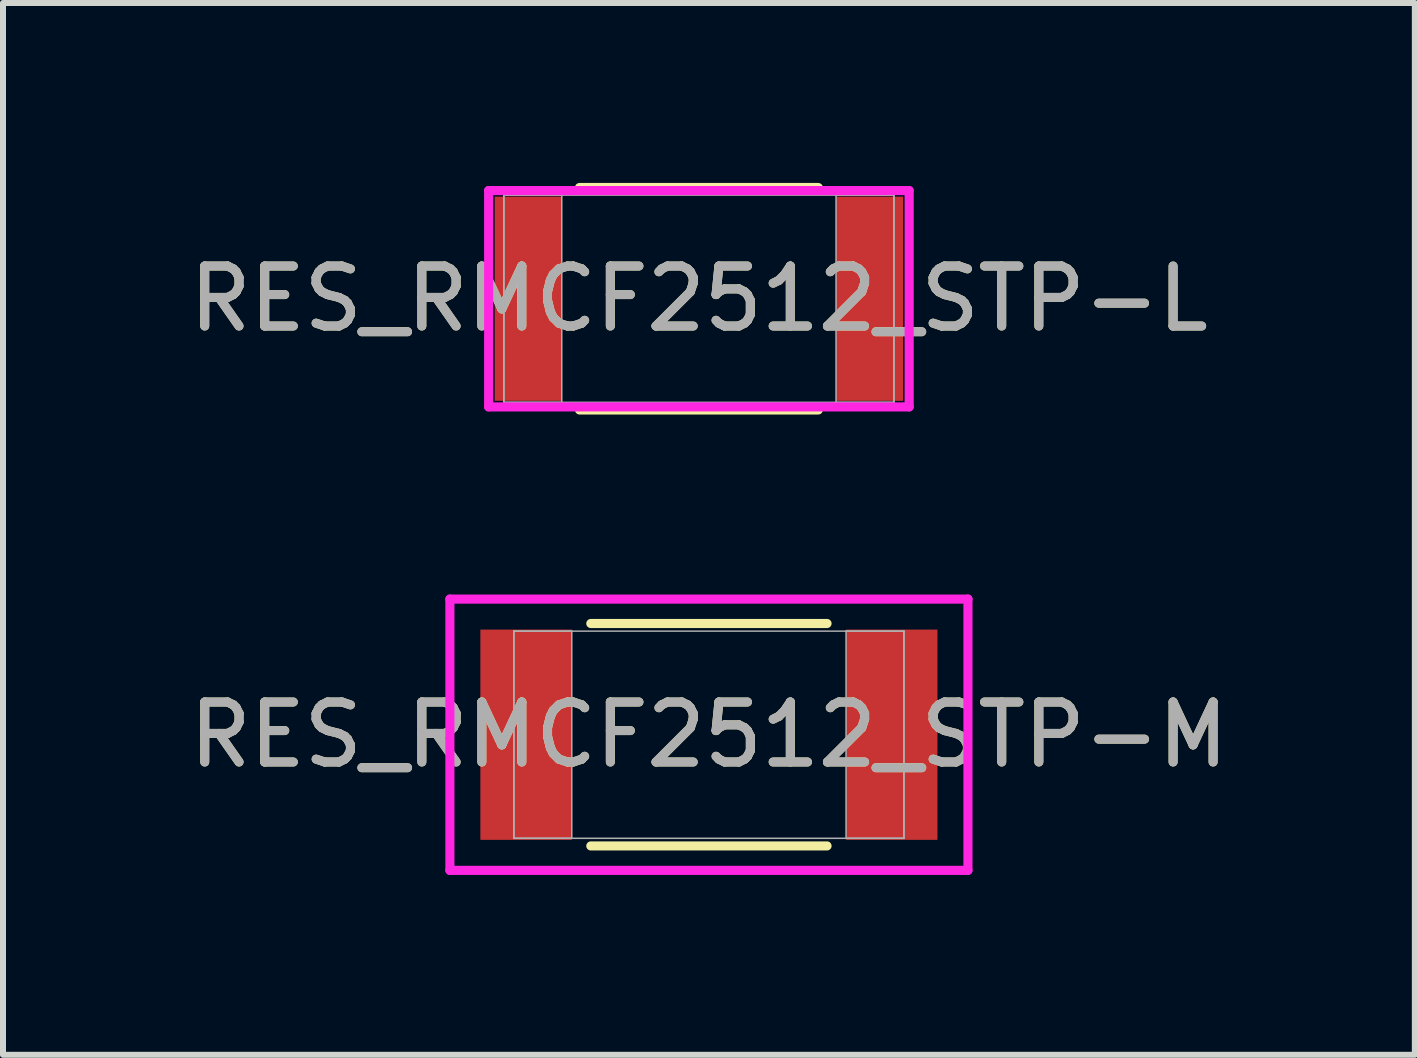
<source format=kicad_pcb>
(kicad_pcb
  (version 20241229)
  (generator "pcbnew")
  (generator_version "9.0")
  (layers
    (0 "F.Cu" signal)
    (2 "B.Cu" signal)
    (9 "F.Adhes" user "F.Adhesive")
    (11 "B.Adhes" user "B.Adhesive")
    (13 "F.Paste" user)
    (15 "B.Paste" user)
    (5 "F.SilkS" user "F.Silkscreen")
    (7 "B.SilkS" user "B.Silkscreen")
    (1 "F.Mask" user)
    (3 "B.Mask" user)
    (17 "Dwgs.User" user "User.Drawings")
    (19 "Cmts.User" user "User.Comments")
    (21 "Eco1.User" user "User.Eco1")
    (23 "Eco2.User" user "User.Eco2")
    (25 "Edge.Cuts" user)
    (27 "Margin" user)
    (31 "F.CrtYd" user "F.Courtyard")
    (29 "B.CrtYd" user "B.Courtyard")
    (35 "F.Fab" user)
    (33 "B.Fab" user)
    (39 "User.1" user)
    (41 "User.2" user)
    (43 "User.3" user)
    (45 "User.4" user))
  (footprint "RES_RMCF2512_STP-M"
    (layer "F.Cu")
    (at 8.768 9.198)
    (property "Reference" "RES_RMCF2512_STP-M" (at 0 0 0) (unlocked yes) (layer "F.SilkS") (effects (font (size 1 1) (thickness 0.15))))
    (attr smd)
    (fp_line (start -1.969 1.854) (end 1.969 1.854) (stroke (width 0.152) (type solid)) (layer "F.SilkS"))
    (fp_line (start 1.969 -1.854) (end -1.969 -1.854) (stroke (width 0.152) (type solid)) (layer "F.SilkS"))
    (fp_line (start -4.318 -2.261) (end 4.318 -2.261) (stroke (width 0.152) (type solid)) (layer "F.CrtYd"))
    (fp_line (start -4.318 2.261) (end -4.318 -2.261) (stroke (width 0.152) (type solid)) (layer "F.CrtYd"))
    (fp_line (start 4.318 -2.261) (end 4.318 2.261) (stroke (width 0.152) (type solid)) (layer "F.CrtYd"))
    (fp_line (start 4.318 2.261) (end -4.318 2.261) (stroke (width 0.152) (type solid)) (layer "F.CrtYd"))
    (fp_line (start -3.251 -1.727) (end -3.251 1.727) (stroke (width 0.025) (type solid)) (layer "F.Fab"))
    (fp_line (start -3.251 -1.727) (end -3.251 1.727) (stroke (width 0.025) (type solid)) (layer "F.Fab"))
    (fp_line (start -3.251 1.727) (end -2.286 1.727) (stroke (width 0.025) (type solid)) (layer "F.Fab"))
    (fp_line (start -3.251 1.727) (end 3.251 1.727) (stroke (width 0.025) (type solid)) (layer "F.Fab"))
    (fp_line (start -2.286 -1.727) (end -3.251 -1.727) (stroke (width 0.025) (type solid)) (layer "F.Fab"))
    (fp_line (start -2.286 1.727) (end -2.286 -1.727) (stroke (width 0.025) (type solid)) (layer "F.Fab"))
    (fp_line (start 2.286 -1.727) (end 2.286 1.727) (stroke (width 0.025) (type solid)) (layer "F.Fab"))
    (fp_line (start 2.286 1.727) (end 3.251 1.727) (stroke (width 0.025) (type solid)) (layer "F.Fab"))
    (fp_line (start 3.251 -1.727) (end -3.251 -1.727) (stroke (width 0.025) (type solid)) (layer "F.Fab"))
    (fp_line (start 3.251 -1.727) (end 2.286 -1.727) (stroke (width 0.025) (type solid)) (layer "F.Fab"))
    (fp_line (start 3.251 1.727) (end 3.251 -1.727) (stroke (width 0.025) (type solid)) (layer "F.Fab"))
    (fp_line (start 3.251 1.727) (end 3.251 -1.727) (stroke (width 0.025) (type solid)) (layer "F.Fab"))
    (fp_text user "${REFERENCE}" (at 0 0 0) (unlocked yes) (layer "F.Fab") (effects (font (size 1 1) (thickness 0.15))))
    (pad "1" smd rect (at -3.048 0) (size 1.524 3.505) (layers "F.Cu" "F.Mask" "F.Paste"))
    (pad "2" smd rect (at 3.048 0) (size 1.524 3.505) (layers "F.Cu" "F.Mask" "F.Paste"))
    (zone (net_name "") (layer "F.Cu") (hatch full 0.508) (connect_pads) (min_thickness 0.254) (filled_areas_thickness no) (keepout (tracks not_allowed) (vias not_allowed) (pads allowed) (copperpour not_allowed) (footprints allowed)) (placement (enabled no)) (fill) (polygon (pts (xy 6.533 7.521) (xy 11.003 7.521) (xy 11.003 10.874) (xy 6.533 10.874)))))
  (footprint "RES_RMCF2512_STP-L"
    (layer "F.Cu")
    (at 8.601 1.93)
    (property "Reference" "RES_RMCF2512_STP-L" (at 0 0 0) (unlocked yes) (layer "F.SilkS") (effects (font (size 1 1) (thickness 0.15))))
    (attr smd)
    (fp_line (start -1.99 1.854) (end 1.99 1.854) (stroke (width 0.152) (type solid)) (layer "F.SilkS"))
    (fp_line (start 1.99 -1.854) (end -1.99 -1.854) (stroke (width 0.152) (type solid)) (layer "F.SilkS"))
    (fp_line (start -3.505 -1.803) (end 3.505 -1.803) (stroke (width 0.152) (type solid)) (layer "F.CrtYd"))
    (fp_line (start -3.505 1.803) (end -3.505 -1.803) (stroke (width 0.152) (type solid)) (layer "F.CrtYd"))
    (fp_line (start 3.505 -1.803) (end 3.505 1.803) (stroke (width 0.152) (type solid)) (layer "F.CrtYd"))
    (fp_line (start 3.505 1.803) (end -3.505 1.803) (stroke (width 0.152) (type solid)) (layer "F.CrtYd"))
    (fp_line (start -3.251 -1.727) (end -3.251 1.727) (stroke (width 0.025) (type solid)) (layer "F.Fab"))
    (fp_line (start -3.251 -1.727) (end -3.251 1.727) (stroke (width 0.025) (type solid)) (layer "F.Fab"))
    (fp_line (start -3.251 1.727) (end -2.286 1.727) (stroke (width 0.025) (type solid)) (layer "F.Fab"))
    (fp_line (start -3.251 1.727) (end 3.251 1.727) (stroke (width 0.025) (type solid)) (layer "F.Fab"))
    (fp_line (start -2.286 -1.727) (end -3.251 -1.727) (stroke (width 0.025) (type solid)) (layer "F.Fab"))
    (fp_line (start -2.286 1.727) (end -2.286 -1.727) (stroke (width 0.025) (type solid)) (layer "F.Fab"))
    (fp_line (start 2.286 -1.727) (end 2.286 1.727) (stroke (width 0.025) (type solid)) (layer "F.Fab"))
    (fp_line (start 2.286 1.727) (end 3.251 1.727) (stroke (width 0.025) (type solid)) (layer "F.Fab"))
    (fp_line (start 3.251 -1.727) (end -3.251 -1.727) (stroke (width 0.025) (type solid)) (layer "F.Fab"))
    (fp_line (start 3.251 -1.727) (end 2.286 -1.727) (stroke (width 0.025) (type solid)) (layer "F.Fab"))
    (fp_line (start 3.251 1.727) (end 3.251 -1.727) (stroke (width 0.025) (type solid)) (layer "F.Fab"))
    (fp_line (start 3.251 1.727) (end 3.251 -1.727) (stroke (width 0.025) (type solid)) (layer "F.Fab"))
    (fp_text user "${REFERENCE}" (at 0 0 0) (unlocked yes) (layer "F.Fab") (effects (font (size 1 1) (thickness 0.15))))
    (pad "1" smd rect (at -2.845 0) (size 1.118 3.404) (layers "F.Cu" "F.Mask" "F.Paste"))
    (pad "2" smd rect (at 2.845 0) (size 1.118 3.404) (layers "F.Cu" "F.Mask" "F.Paste"))
    (zone (net_name "") (layer "F.Cu") (hatch full 0.508) (connect_pads) (min_thickness 0.254) (filled_areas_thickness no) (keepout (tracks not_allowed) (vias not_allowed) (pads allowed) (copperpour not_allowed) (footprints allowed)) (placement (enabled no)) (fill) (polygon (pts (xy 6.366 0.254) (xy 10.836 0.254) (xy 10.836 3.607) (xy 6.366 3.607)))))
  (gr_rect
    (start -3 -3)
    (end 20.536 14.534)
    (stroke (width 0.1) (type default))
    (fill no)
    (layer "Edge.Cuts")))
</source>
